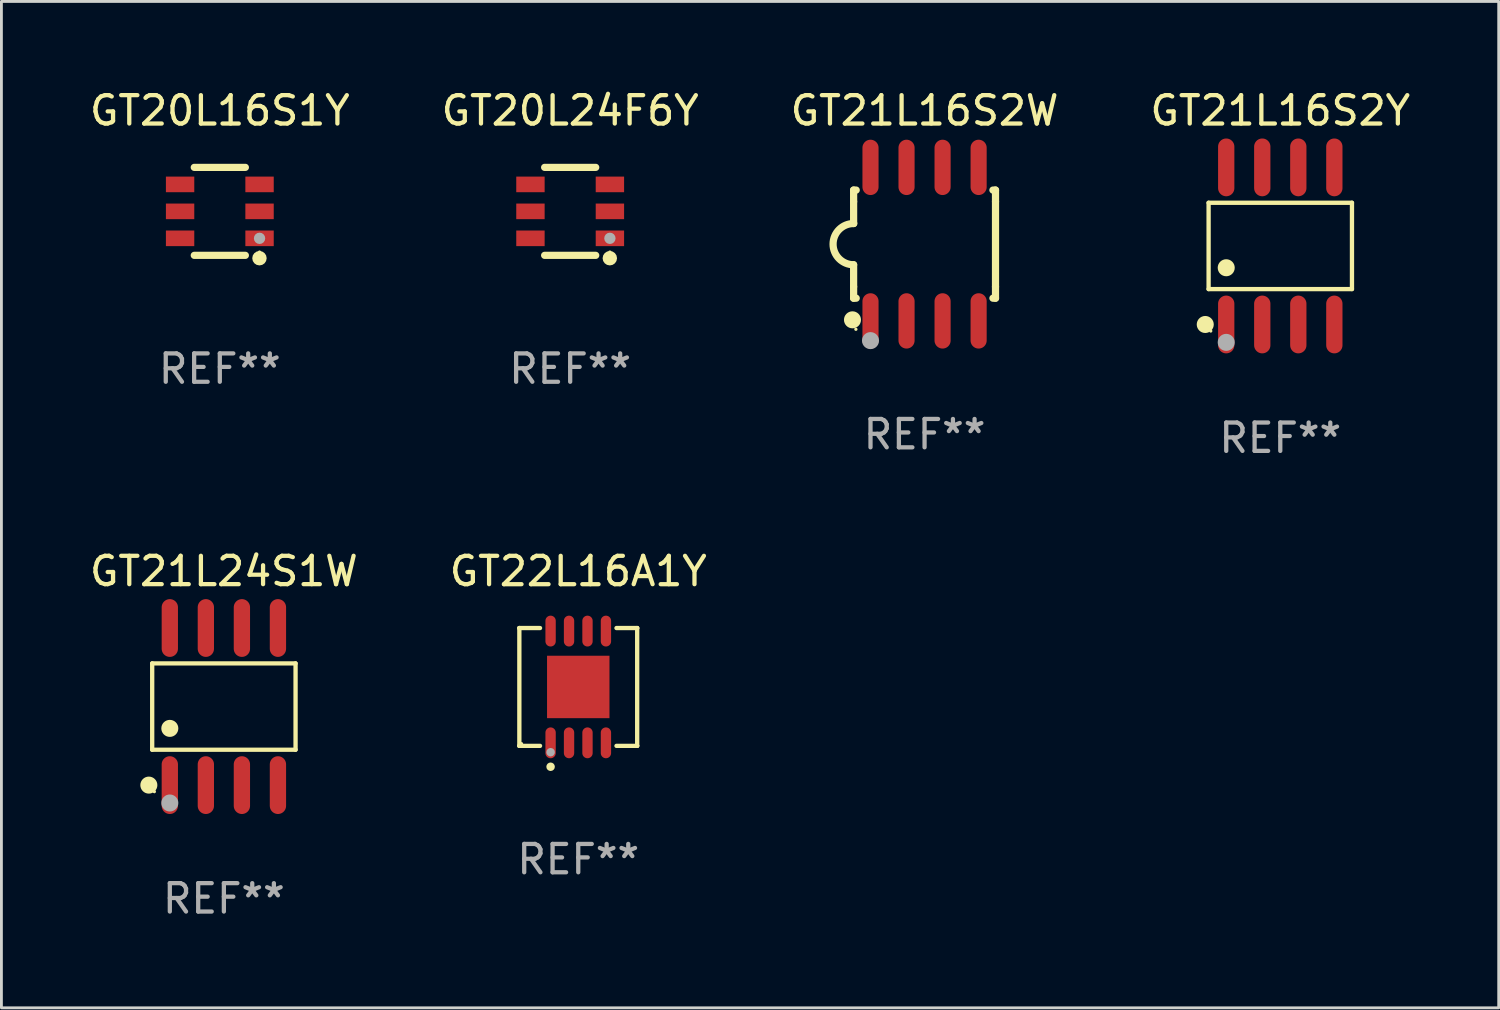
<source format=kicad_pcb>
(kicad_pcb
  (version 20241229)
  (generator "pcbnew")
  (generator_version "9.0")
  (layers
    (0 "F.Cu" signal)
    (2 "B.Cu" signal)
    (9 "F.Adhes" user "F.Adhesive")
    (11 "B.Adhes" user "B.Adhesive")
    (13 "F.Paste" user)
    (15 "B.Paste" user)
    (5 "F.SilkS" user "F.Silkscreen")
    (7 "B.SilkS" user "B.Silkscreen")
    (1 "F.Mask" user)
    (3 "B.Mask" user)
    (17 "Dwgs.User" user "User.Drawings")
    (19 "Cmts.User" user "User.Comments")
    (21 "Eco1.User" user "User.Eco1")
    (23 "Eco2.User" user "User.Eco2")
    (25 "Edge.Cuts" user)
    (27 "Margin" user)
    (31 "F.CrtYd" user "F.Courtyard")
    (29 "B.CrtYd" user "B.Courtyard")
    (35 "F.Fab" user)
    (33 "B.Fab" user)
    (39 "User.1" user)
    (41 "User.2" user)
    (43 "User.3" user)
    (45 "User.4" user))
  (footprint "GT20L16S1Y"
    (layer "F.Cu")
    (at 4.696 4.398)
    (property "Reference" "GT20L16S1Y" (at 0 -3.55 0) (layer "F.SilkS") (effects (font (size 1 1) (thickness 0.15))))
    (attr through_hole)
    (fp_line (start -0.9 -1.55) (end 0.9 -1.55) (stroke (width 0.254) (type solid)) (layer "F.SilkS"))
    (fp_line (start -0.9 1.55) (end 0.9 1.55) (stroke (width 0.254) (type solid)) (layer "F.SilkS"))
    (fp_circle (center 1.397 1.651) (end 1.524 1.651) (stroke (width 0.254) (type solid)) (fill no) (layer "F.SilkS"))
    (fp_circle (center 1.4 1.435) (end 1.43 1.435) (stroke (width 0.06) (type solid)) (fill no) (layer "F.SilkS"))
    (fp_circle (center 1.4 0.95) (end 1.5 0.95) (stroke (width 0.2) (type solid)) (fill no) (layer "F.Fab"))
    (fp_text user "REF**" (at 0 5.55 0) (layer "F.Fab") (effects (font (size 1 1) (thickness 0.15))))
    (pad "1" smd rect (at 1.4 0.95) (size 1 0.55) (layers "F.Cu" "F.Mask" "F.Paste"))
    (pad "2" smd rect (at 1.4 -0.000102) (size 1 0.55) (layers "F.Cu" "F.Mask" "F.Paste"))
    (pad "3" smd rect (at 1.4 -0.95) (size 1 0.55) (layers "F.Cu" "F.Mask" "F.Paste"))
    (pad "4" smd rect (at -1.4 -0.95) (size 1 0.55) (layers "F.Cu" "F.Mask" "F.Paste"))
    (pad "5" smd rect (at -1.4 -0.000102) (size 1 0.55) (layers "F.Cu" "F.Mask" "F.Paste"))
    (pad "6" smd rect (at -1.4 0.95) (size 1 0.55) (layers "F.Cu" "F.Mask" "F.Paste")))
  (footprint "GT20L24F6Y"
    (layer "F.Cu")
    (at 17.042 4.398)
    (property "Reference" "GT20L24F6Y" (at 0 -3.55 0) (layer "F.SilkS") (effects (font (size 1 1) (thickness 0.15))))
    (attr through_hole)
    (fp_line (start -0.9 -1.55) (end 0.9 -1.55) (stroke (width 0.254) (type solid)) (layer "F.SilkS"))
    (fp_line (start -0.9 1.55) (end 0.9 1.55) (stroke (width 0.254) (type solid)) (layer "F.SilkS"))
    (fp_circle (center 1.397 1.651) (end 1.524 1.651) (stroke (width 0.254) (type solid)) (fill no) (layer "F.SilkS"))
    (fp_circle (center 1.4 1.435) (end 1.43 1.435) (stroke (width 0.06) (type solid)) (fill no) (layer "F.SilkS"))
    (fp_circle (center 1.4 0.95) (end 1.5 0.95) (stroke (width 0.2) (type solid)) (fill no) (layer "F.Fab"))
    (fp_text user "REF**" (at 0 5.55 0) (layer "F.Fab") (effects (font (size 1 1) (thickness 0.15))))
    (pad "1" smd rect (at 1.4 0.95) (size 1 0.55) (layers "F.Cu" "F.Mask" "F.Paste"))
    (pad "2" smd rect (at 1.4 -0.000102) (size 1 0.55) (layers "F.Cu" "F.Mask" "F.Paste"))
    (pad "3" smd rect (at 1.4 -0.95) (size 1 0.55) (layers "F.Cu" "F.Mask" "F.Paste"))
    (pad "4" smd rect (at -1.4 -0.95) (size 1 0.55) (layers "F.Cu" "F.Mask" "F.Paste"))
    (pad "5" smd rect (at -1.4 -0.000102) (size 1 0.55) (layers "F.Cu" "F.Mask" "F.Paste"))
    (pad "6" smd rect (at -1.4 0.95) (size 1 0.55) (layers "F.Cu" "F.Mask" "F.Paste")))
  (footprint "GT22L16A1Y"
    (layer "F.Cu")
    (at 17.327 21.157)
    (property "Reference" "GT22L16A1Y" (at 0 -4.076 0) (layer "F.SilkS") (effects (font (size 1 1) (thickness 0.15))))
    (attr through_hole)
    (fp_line (start -2.076 -2.076) (end -2.076 -2.076) (stroke (width 0.152) (type solid)) (layer "F.SilkS"))
    (fp_line (start -2.076 -2.076) (end -1.347 -2.076) (stroke (width 0.152) (type solid)) (layer "F.SilkS"))
    (fp_line (start -2.076 2.076) (end -2.076 -2.076) (stroke (width 0.152) (type solid)) (layer "F.SilkS"))
    (fp_line (start -2.076 2.076) (end -2.076 2.076) (stroke (width 0.152) (type solid)) (layer "F.SilkS"))
    (fp_line (start -1.347 2.076) (end -2.076 2.076) (stroke (width 0.152) (type solid)) (layer "F.SilkS"))
    (fp_line (start 1.347 2.076) (end 2.076 2.076) (stroke (width 0.152) (type solid)) (layer "F.SilkS"))
    (fp_line (start 2.076 -2.076) (end 1.347 -2.076) (stroke (width 0.152) (type solid)) (layer "F.SilkS"))
    (fp_line (start 2.076 -2.076) (end 2.076 -2.076) (stroke (width 0.152) (type solid)) (layer "F.SilkS"))
    (fp_line (start 2.076 2.076) (end 2.076 -2.076) (stroke (width 0.152) (type solid)) (layer "F.SilkS"))
    (fp_line (start 2.076 2.076) (end 2.076 2.076) (stroke (width 0.152) (type solid)) (layer "F.SilkS"))
    (fp_circle (center -2 2) (end -1.97 2) (stroke (width 0.06) (type solid)) (fill no) (layer "F.SilkS"))
    (fp_circle (center -0.975 2.812) (end -0.9 2.812) (stroke (width 0.15) (type solid)) (fill no) (layer "F.SilkS"))
    (fp_circle (center -0.975 2.3) (end -0.9 2.3) (stroke (width 0.15) (type solid)) (fill no) (layer "F.Fab"))
    (fp_text user "REF**" (at 0 6.076 0) (layer "F.Fab") (effects (font (size 1 1) (thickness 0.15))))
    (pad "1" smd oval (at -0.975 1.969) (size 0.364 1.087) (layers "F.Cu" "F.Mask" "F.Paste"))
    (pad "2" smd oval (at -0.325 1.969) (size 0.364 1.087) (layers "F.Cu" "F.Mask" "F.Paste"))
    (pad "3" smd oval (at 0.325 1.969) (size 0.364 1.087) (layers "F.Cu" "F.Mask" "F.Paste"))
    (pad "4" smd oval (at 0.975 1.969) (size 0.364 1.087) (layers "F.Cu" "F.Mask" "F.Paste"))
    (pad "5" smd oval (at 0.975 -1.969) (size 0.364 1.087) (layers "F.Cu" "F.Mask" "F.Paste"))
    (pad "6" smd oval (at 0.325 -1.969) (size 0.364 1.087) (layers "F.Cu" "F.Mask" "F.Paste"))
    (pad "7" smd oval (at -0.325 -1.969) (size 0.364 1.087) (layers "F.Cu" "F.Mask" "F.Paste"))
    (pad "8" smd oval (at -0.975 -1.969) (size 0.364 1.087) (layers "F.Cu" "F.Mask" "F.Paste"))
    (pad "9" smd rect (at 0 0) (size 2.2 2.2) (layers "F.Cu" "F.Mask" "F.Paste")))
  (footprint "GT21L16S2W"
    (layer "F.Cu")
    (at 29.53 5.553)
    (property "Reference" "GT21L16S2W" (at 0 -4.705 0) (layer "F.SilkS") (effects (font (size 1 1) (thickness 0.15))))
    (attr through_hole)
    (fp_line (start -2.5 -1.905) (end -2.409 -1.905) (stroke (width 0.254) (type solid)) (layer "F.SilkS"))
    (fp_line (start -2.5 -1.5) (end -2.5 -1.905) (stroke (width 0.254) (type solid)) (layer "F.SilkS"))
    (fp_line (start -2.5 -1.5) (end -2.5 -0.726) (stroke (width 0.254) (type solid)) (layer "F.SilkS"))
    (fp_line (start -2.5 1.5) (end -2.5 0.727) (stroke (width 0.254) (type solid)) (layer "F.SilkS"))
    (fp_line (start -2.5 1.5) (end -2.5 1.905) (stroke (width 0.254) (type solid)) (layer "F.SilkS"))
    (fp_line (start -2.5 1.905) (end -2.409 1.905) (stroke (width 0.254) (type solid)) (layer "F.SilkS"))
    (fp_line (start 2.5 -1.905) (end 2.409 -1.905) (stroke (width 0.254) (type solid)) (layer "F.SilkS"))
    (fp_line (start 2.5 -1.5) (end 2.5 -1.905) (stroke (width 0.254) (type solid)) (layer "F.SilkS"))
    (fp_line (start 2.5 -1.5) (end 2.5 1.5) (stroke (width 0.254) (type solid)) (layer "F.SilkS"))
    (fp_line (start 2.5 1.5) (end 2.5 1.905) (stroke (width 0.254) (type solid)) (layer "F.SilkS"))
    (fp_line (start 2.5 1.905) (end 2.409 1.905) (stroke (width 0.254) (type solid)) (layer "F.SilkS"))
    (fp_arc (start -2.5 0.726568) (mid -3.220316 -0.0023) (end -2.495097 -0.726289) (stroke (width 0.254001) (type solid)) (layer "F.SilkS"))
    (fp_circle (center -2.54 2.667) (end -2.39 2.667) (stroke (width 0.3) (type solid)) (fill no) (layer "F.SilkS"))
    (fp_circle (center -2.42 3) (end -2.39 3) (stroke (width 0.06) (type solid)) (fill no) (layer "F.SilkS"))
    (fp_circle (center -1.905 3.4) (end -1.755 3.4) (stroke (width 0.3) (type solid)) (fill no) (layer "F.Fab"))
    (fp_text user "REF**" (at 0 6.705 0) (layer "F.Fab") (effects (font (size 1 1) (thickness 0.15))))
    (pad "1" smd oval (at -1.905 2.705) (size 0.568 1.95) (layers "F.Cu" "F.Mask" "F.Paste"))
    (pad "2" smd oval (at -0.635 2.705) (size 0.568 1.95) (layers "F.Cu" "F.Mask" "F.Paste"))
    (pad "3" smd oval (at 0.635 2.705) (size 0.568 1.95) (layers "F.Cu" "F.Mask" "F.Paste"))
    (pad "4" smd oval (at 1.905 2.705) (size 0.568 1.95) (layers "F.Cu" "F.Mask" "F.Paste"))
    (pad "5" smd oval (at 1.905 -2.705) (size 0.568 1.95) (layers "F.Cu" "F.Mask" "F.Paste"))
    (pad "6" smd oval (at 0.635 -2.705) (size 0.568 1.95) (layers "F.Cu" "F.Mask" "F.Paste"))
    (pad "7" smd oval (at -0.635 -2.705) (size 0.568 1.95) (layers "F.Cu" "F.Mask" "F.Paste"))
    (pad "8" smd oval (at -1.905 -2.705) (size 0.568 1.95) (layers "F.Cu" "F.Mask" "F.Paste")))
  (footprint "GT21L16S2Y"
    (layer "F.Cu")
    (at 42.065 5.616)
    (property "Reference" "GT21L16S2Y" (at 0 -4.768 0) (layer "F.SilkS") (effects (font (size 1 1) (thickness 0.15))))
    (attr through_hole)
    (fp_line (start -2.526 -1.521) (end 2.526 -1.521) (stroke (width 0.152) (type solid)) (layer "F.SilkS"))
    (fp_line (start -2.526 1.521) (end -2.526 -1.521) (stroke (width 0.152) (type solid)) (layer "F.SilkS"))
    (fp_line (start 2.526 -1.521) (end 2.526 1.521) (stroke (width 0.152) (type solid)) (layer "F.SilkS"))
    (fp_line (start 2.526 1.521) (end -2.526 1.521) (stroke (width 0.152) (type solid)) (layer "F.SilkS"))
    (fp_circle (center -2.644 2.768) (end -2.494 2.768) (stroke (width 0.3) (type solid)) (fill no) (layer "F.SilkS"))
    (fp_circle (center -2.45 2.998) (end -2.42 2.998) (stroke (width 0.06) (type solid)) (fill no) (layer "F.SilkS"))
    (fp_circle (center -1.905 0.769) (end -1.755 0.769) (stroke (width 0.3) (type solid)) (fill no) (layer "F.SilkS"))
    (fp_circle (center -1.905 3.398) (end -1.755 3.398) (stroke (width 0.3) (type solid)) (fill no) (layer "F.Fab"))
    (fp_text user "REF**" (at 0 6.768 0) (layer "F.Fab") (effects (font (size 1 1) (thickness 0.15))))
    (pad "1" smd oval (at -1.905 2.768) (size 0.574 2.036) (layers "F.Cu" "F.Mask" "F.Paste"))
    (pad "2" smd oval (at -0.635 2.768) (size 0.574 2.036) (layers "F.Cu" "F.Mask" "F.Paste"))
    (pad "3" smd oval (at 0.635 2.768) (size 0.574 2.036) (layers "F.Cu" "F.Mask" "F.Paste"))
    (pad "4" smd oval (at 1.905 2.768) (size 0.574 2.036) (layers "F.Cu" "F.Mask" "F.Paste"))
    (pad "5" smd oval (at 1.905 -2.768) (size 0.574 2.036) (layers "F.Cu" "F.Mask" "F.Paste"))
    (pad "6" smd oval (at 0.635 -2.768) (size 0.574 2.036) (layers "F.Cu" "F.Mask" "F.Paste"))
    (pad "7" smd oval (at -0.635 -2.768) (size 0.574 2.036) (layers "F.Cu" "F.Mask" "F.Paste"))
    (pad "8" smd oval (at -1.905 -2.768) (size 0.574 2.036) (layers "F.Cu" "F.Mask" "F.Paste")))
  (footprint "GT21L24S1W"
    (layer "F.Cu")
    (at 4.839 21.848)
    (property "Reference" "GT21L24S1W" (at 0 -4.768 0) (layer "F.SilkS") (effects (font (size 1 1) (thickness 0.15))))
    (attr through_hole)
    (fp_line (start -2.526 -1.521) (end 2.526 -1.521) (stroke (width 0.152) (type solid)) (layer "F.SilkS"))
    (fp_line (start -2.526 1.521) (end -2.526 -1.521) (stroke (width 0.152) (type solid)) (layer "F.SilkS"))
    (fp_line (start 2.526 -1.521) (end 2.526 1.521) (stroke (width 0.152) (type solid)) (layer "F.SilkS"))
    (fp_line (start 2.526 1.521) (end -2.526 1.521) (stroke (width 0.152) (type solid)) (layer "F.SilkS"))
    (fp_circle (center -2.644 2.768) (end -2.494 2.768) (stroke (width 0.3) (type solid)) (fill no) (layer "F.SilkS"))
    (fp_circle (center -2.45 2.998) (end -2.42 2.998) (stroke (width 0.06) (type solid)) (fill no) (layer "F.SilkS"))
    (fp_circle (center -1.905 0.769) (end -1.755 0.769) (stroke (width 0.3) (type solid)) (fill no) (layer "F.SilkS"))
    (fp_circle (center -1.905 3.398) (end -1.755 3.398) (stroke (width 0.3) (type solid)) (fill no) (layer "F.Fab"))
    (fp_text user "REF**" (at 0 6.768 0) (layer "F.Fab") (effects (font (size 1 1) (thickness 0.15))))
    (pad "1" smd oval (at -1.905 2.768) (size 0.574 2.036) (layers "F.Cu" "F.Mask" "F.Paste"))
    (pad "2" smd oval (at -0.635 2.768) (size 0.574 2.036) (layers "F.Cu" "F.Mask" "F.Paste"))
    (pad "3" smd oval (at 0.635 2.768) (size 0.574 2.036) (layers "F.Cu" "F.Mask" "F.Paste"))
    (pad "4" smd oval (at 1.905 2.768) (size 0.574 2.036) (layers "F.Cu" "F.Mask" "F.Paste"))
    (pad "5" smd oval (at 1.905 -2.768) (size 0.574 2.036) (layers "F.Cu" "F.Mask" "F.Paste"))
    (pad "6" smd oval (at 0.635 -2.768) (size 0.574 2.036) (layers "F.Cu" "F.Mask" "F.Paste"))
    (pad "7" smd oval (at -0.635 -2.768) (size 0.574 2.036) (layers "F.Cu" "F.Mask" "F.Paste"))
    (pad "8" smd oval (at -1.905 -2.768) (size 0.574 2.036) (layers "F.Cu" "F.Mask" "F.Paste")))
  (gr_rect
    (start -3 -3)
    (end 49.762 32.464)
    (stroke (width 0.1) (type default))
    (fill no)
    (layer "Edge.Cuts")))
</source>
